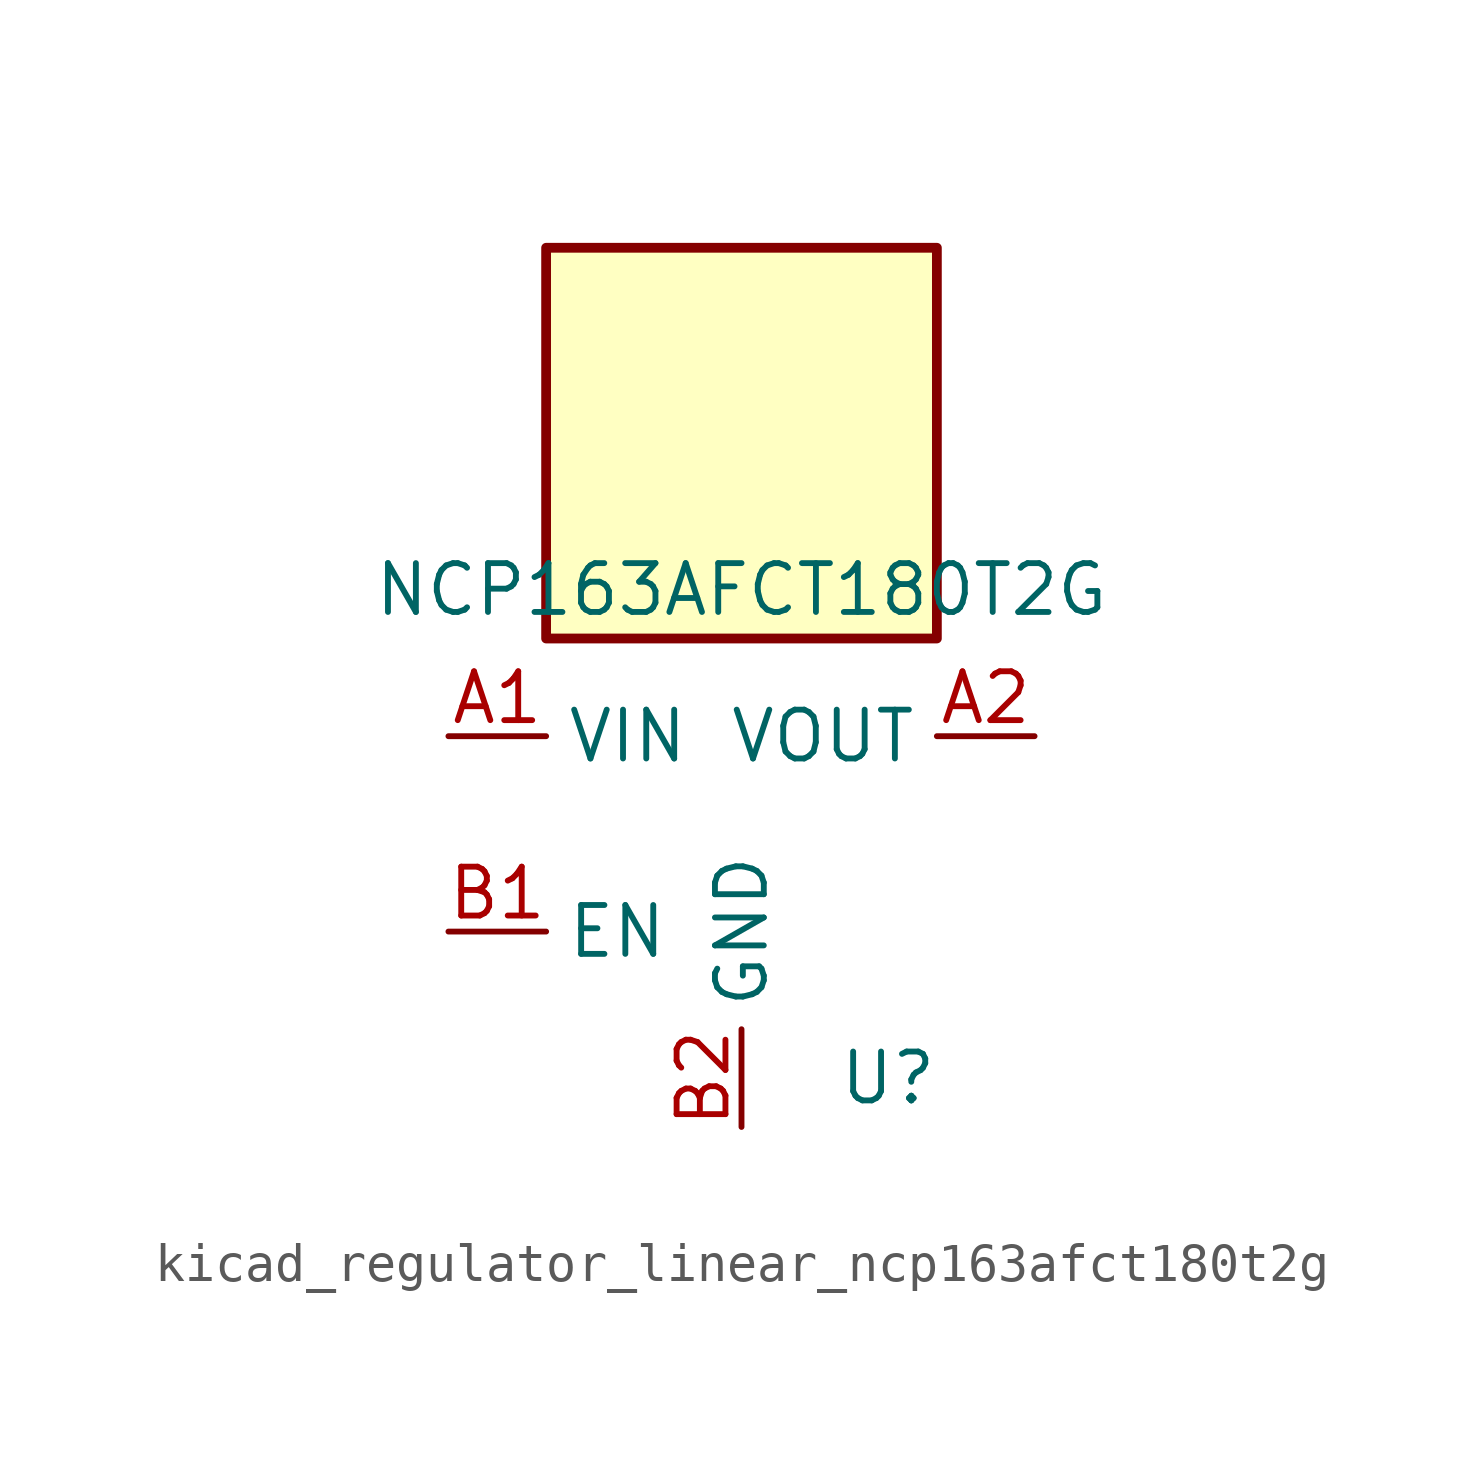
<source format=kicad_sym>
(kicad_symbol_lib
  (version 20220914)
  (generator kicad_symbol_editor)
  (symbol "kicad_regulator_linear_ncp163afct180t2g"
    (property "Reference" "U"
      (at 3.81 -6.35 0)
      (effects (font (size 1.27 1.27))))
    (property "Value" "NCP163AFCT180T2G"
      (at 0 6.35 0)
      (effects (font (size 1.27 1.27))))
    (symbol "kicad_regulator_linear_ncp163afct180t2g_0_1"
      (rectangle (start 5.08 15.24) (end -5.08 5.08) (stroke (width 0.254) (type default)) (fill (type background))))
    (symbol "kicad_regulator_linear_ncp163afct180t2g_1_1"
      (pin power_in line (at -7.62 2.54 0) (length 2.54) (name "VIN" (effects (font (size 1.27 1.27)))) (number "A1" (effects (font (size 1.27 1.27)))))
      (pin power_out line (at 7.62 2.54 180) (length 2.54) (name "VOUT" (effects (font (size 1.27 1.27)))) (number "A2" (effects (font (size 1.27 1.27)))))
      (pin input line (at -7.62 -2.54 0) (length 2.54) (name "EN" (effects (font (size 1.27 1.27)))) (number "B1" (effects (font (size 1.27 1.27)))))
      (pin power_in line (at 0 -7.62 90) (length 2.54) (name "GND" (effects (font (size 1.27 1.27)))) (number "B2" (effects (font (size 1.27 1.27))))))))
</source>
